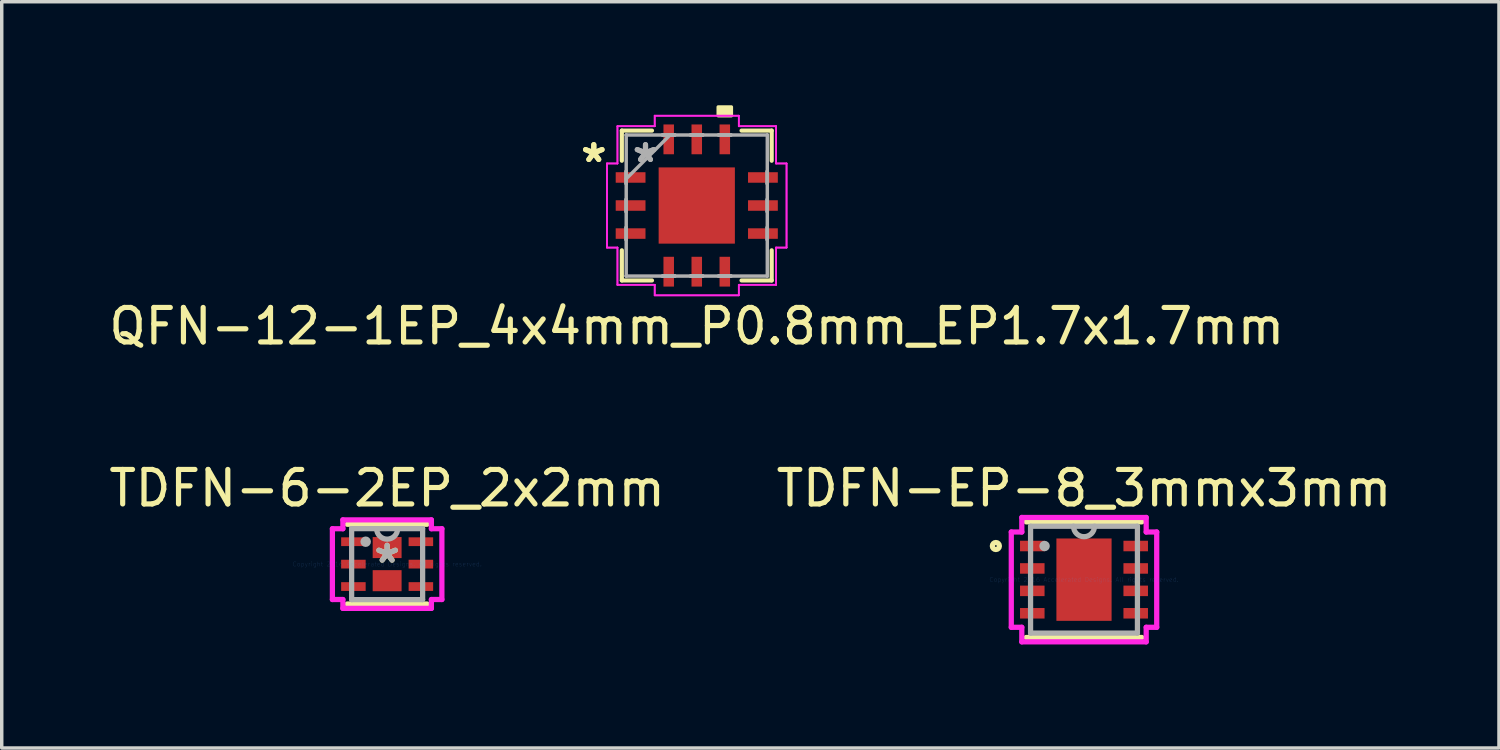
<source format=kicad_pcb>
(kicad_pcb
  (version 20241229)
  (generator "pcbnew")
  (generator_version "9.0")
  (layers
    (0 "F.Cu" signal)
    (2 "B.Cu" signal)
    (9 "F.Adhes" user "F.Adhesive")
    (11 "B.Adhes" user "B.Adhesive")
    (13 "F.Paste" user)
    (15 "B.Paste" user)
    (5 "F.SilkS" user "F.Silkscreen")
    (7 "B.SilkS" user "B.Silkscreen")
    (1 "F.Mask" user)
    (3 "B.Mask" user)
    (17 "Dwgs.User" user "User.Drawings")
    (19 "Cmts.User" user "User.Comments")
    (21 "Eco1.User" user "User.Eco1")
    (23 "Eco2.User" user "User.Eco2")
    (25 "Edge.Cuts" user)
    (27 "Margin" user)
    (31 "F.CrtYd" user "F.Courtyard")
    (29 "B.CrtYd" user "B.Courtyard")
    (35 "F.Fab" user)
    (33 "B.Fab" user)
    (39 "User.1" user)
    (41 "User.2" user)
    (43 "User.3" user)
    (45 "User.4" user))
  (footprint "QFN-12-1EP_4x4mm_P0.8mm_EP1.7x1.7mm"
    (layer "F.Cu")
    (at 17.149 2.908)
    (property "Reference" "QFN-12-1EP_4x4mm_P0.8mm_EP1.7x1.7mm" (at 0 3.5 0) (layer "F.SilkS") (effects (font (size 1 1) (thickness 0.15))))
    (attr through_hole)
    (fp_line (start -2.172 -2.172) (end -2.172 -1.298) (stroke (width 0.12) (type solid)) (layer "F.SilkS"))
    (fp_line (start -2.172 1.298) (end -2.172 2.172) (stroke (width 0.12) (type solid)) (layer "F.SilkS"))
    (fp_line (start -2.172 2.172) (end -1.298 2.172) (stroke (width 0.12) (type solid)) (layer "F.SilkS"))
    (fp_line (start -1.298 -2.172) (end -2.172 -2.172) (stroke (width 0.12) (type solid)) (layer "F.SilkS"))
    (fp_line (start 1.298 2.172) (end 2.172 2.172) (stroke (width 0.12) (type solid)) (layer "F.SilkS"))
    (fp_line (start 2.172 -2.172) (end 1.298 -2.172) (stroke (width 0.12) (type solid)) (layer "F.SilkS"))
    (fp_line (start 2.172 -1.298) (end 2.172 -2.172) (stroke (width 0.12) (type solid)) (layer "F.SilkS"))
    (fp_line (start 2.172 2.172) (end 2.172 1.298) (stroke (width 0.12) (type solid)) (layer "F.SilkS"))
    (fp_poly (pts (xy 0.622 -2.603) (xy 0.622 -2.857) (xy 1.003 -2.857) (xy 1.003 -2.603)) (stroke (width 0.1) (type solid)) (fill yes) (layer "F.SilkS"))
    (fp_line (start -2.603 -1.219) (end -2.299 -1.219) (stroke (width 0.05) (type solid)) (layer "F.CrtYd"))
    (fp_line (start -2.603 -1.219) (end -2.299 -1.219) (stroke (width 0.05) (type solid)) (layer "F.CrtYd"))
    (fp_line (start -2.603 1.219) (end -2.603 -1.219) (stroke (width 0.05) (type solid)) (layer "F.CrtYd"))
    (fp_line (start -2.603 1.219) (end -2.603 -1.219) (stroke (width 0.05) (type solid)) (layer "F.CrtYd"))
    (fp_line (start -2.299 -2.299) (end -1.219 -2.299) (stroke (width 0.05) (type solid)) (layer "F.CrtYd"))
    (fp_line (start -2.299 -2.299) (end -1.219 -2.299) (stroke (width 0.05) (type solid)) (layer "F.CrtYd"))
    (fp_line (start -2.299 -1.219) (end -2.299 -2.299) (stroke (width 0.05) (type solid)) (layer "F.CrtYd"))
    (fp_line (start -2.299 -1.219) (end -2.299 -2.299) (stroke (width 0.05) (type solid)) (layer "F.CrtYd"))
    (fp_line (start -2.299 1.219) (end -2.603 1.219) (stroke (width 0.05) (type solid)) (layer "F.CrtYd"))
    (fp_line (start -2.299 1.219) (end -2.603 1.219) (stroke (width 0.05) (type solid)) (layer "F.CrtYd"))
    (fp_line (start -2.299 2.299) (end -2.299 1.219) (stroke (width 0.05) (type solid)) (layer "F.CrtYd"))
    (fp_line (start -2.299 2.299) (end -2.299 1.219) (stroke (width 0.05) (type solid)) (layer "F.CrtYd"))
    (fp_line (start -1.219 -2.603) (end 1.219 -2.603) (stroke (width 0.05) (type solid)) (layer "F.CrtYd"))
    (fp_line (start -1.219 -2.603) (end 1.219 -2.603) (stroke (width 0.05) (type solid)) (layer "F.CrtYd"))
    (fp_line (start -1.219 -2.299) (end -1.219 -2.603) (stroke (width 0.05) (type solid)) (layer "F.CrtYd"))
    (fp_line (start -1.219 -2.299) (end -1.219 -2.603) (stroke (width 0.05) (type solid)) (layer "F.CrtYd"))
    (fp_line (start -1.219 2.299) (end -2.299 2.299) (stroke (width 0.05) (type solid)) (layer "F.CrtYd"))
    (fp_line (start -1.219 2.299) (end -2.299 2.299) (stroke (width 0.05) (type solid)) (layer "F.CrtYd"))
    (fp_line (start -1.219 2.603) (end -1.219 2.299) (stroke (width 0.05) (type solid)) (layer "F.CrtYd"))
    (fp_line (start -1.219 2.603) (end -1.219 2.299) (stroke (width 0.05) (type solid)) (layer "F.CrtYd"))
    (fp_line (start 1.219 -2.603) (end 1.219 -2.299) (stroke (width 0.05) (type solid)) (layer "F.CrtYd"))
    (fp_line (start 1.219 -2.603) (end 1.219 -2.299) (stroke (width 0.05) (type solid)) (layer "F.CrtYd"))
    (fp_line (start 1.219 -2.299) (end 2.299 -2.299) (stroke (width 0.05) (type solid)) (layer "F.CrtYd"))
    (fp_line (start 1.219 -2.299) (end 2.299 -2.299) (stroke (width 0.05) (type solid)) (layer "F.CrtYd"))
    (fp_line (start 1.219 2.299) (end 1.219 2.603) (stroke (width 0.05) (type solid)) (layer "F.CrtYd"))
    (fp_line (start 1.219 2.299) (end 1.219 2.603) (stroke (width 0.05) (type solid)) (layer "F.CrtYd"))
    (fp_line (start 1.219 2.603) (end -1.219 2.603) (stroke (width 0.05) (type solid)) (layer "F.CrtYd"))
    (fp_line (start 1.219 2.603) (end -1.219 2.603) (stroke (width 0.05) (type solid)) (layer "F.CrtYd"))
    (fp_line (start 2.299 -2.299) (end 2.299 -1.219) (stroke (width 0.05) (type solid)) (layer "F.CrtYd"))
    (fp_line (start 2.299 -2.299) (end 2.299 -1.219) (stroke (width 0.05) (type solid)) (layer "F.CrtYd"))
    (fp_line (start 2.299 -1.219) (end 2.603 -1.219) (stroke (width 0.05) (type solid)) (layer "F.CrtYd"))
    (fp_line (start 2.299 -1.219) (end 2.603 -1.219) (stroke (width 0.05) (type solid)) (layer "F.CrtYd"))
    (fp_line (start 2.299 1.219) (end 2.299 2.299) (stroke (width 0.05) (type solid)) (layer "F.CrtYd"))
    (fp_line (start 2.299 1.219) (end 2.299 2.299) (stroke (width 0.05) (type solid)) (layer "F.CrtYd"))
    (fp_line (start 2.299 2.299) (end 1.219 2.299) (stroke (width 0.05) (type solid)) (layer "F.CrtYd"))
    (fp_line (start 2.299 2.299) (end 1.219 2.299) (stroke (width 0.05) (type solid)) (layer "F.CrtYd"))
    (fp_line (start 2.603 -1.219) (end 2.603 1.219) (stroke (width 0.05) (type solid)) (layer "F.CrtYd"))
    (fp_line (start 2.603 -1.219) (end 2.603 1.219) (stroke (width 0.05) (type solid)) (layer "F.CrtYd"))
    (fp_line (start 2.603 1.219) (end 2.299 1.219) (stroke (width 0.05) (type solid)) (layer "F.CrtYd"))
    (fp_line (start 2.603 1.219) (end 2.299 1.219) (stroke (width 0.05) (type solid)) (layer "F.CrtYd"))
    (fp_line (start -2.045 -2.045) (end -2.045 -2.045) (stroke (width 0.1) (type solid)) (layer "F.Fab"))
    (fp_line (start -2.045 -2.045) (end -2.045 2.045) (stroke (width 0.1) (type solid)) (layer "F.Fab"))
    (fp_line (start -2.045 -0.991) (end -2.045 -0.991) (stroke (width 0.1) (type solid)) (layer "F.Fab"))
    (fp_line (start -2.045 -0.991) (end -2.045 -0.635) (stroke (width 0.1) (type solid)) (layer "F.Fab"))
    (fp_line (start -2.045 -0.775) (end -0.775 -2.045) (stroke (width 0.1) (type solid)) (layer "F.Fab"))
    (fp_line (start -2.045 -0.635) (end -2.045 -0.991) (stroke (width 0.1) (type solid)) (layer "F.Fab"))
    (fp_line (start -2.045 -0.635) (end -2.045 -0.635) (stroke (width 0.1) (type solid)) (layer "F.Fab"))
    (fp_line (start -2.045 -0.178) (end -2.045 -0.178) (stroke (width 0.1) (type solid)) (layer "F.Fab"))
    (fp_line (start -2.045 -0.178) (end -2.045 0.178) (stroke (width 0.1) (type solid)) (layer "F.Fab"))
    (fp_line (start -2.045 0.178) (end -2.045 -0.178) (stroke (width 0.1) (type solid)) (layer "F.Fab"))
    (fp_line (start -2.045 0.178) (end -2.045 0.178) (stroke (width 0.1) (type solid)) (layer "F.Fab"))
    (fp_line (start -2.045 0.635) (end -2.045 0.635) (stroke (width 0.1) (type solid)) (layer "F.Fab"))
    (fp_line (start -2.045 0.635) (end -2.045 0.991) (stroke (width 0.1) (type solid)) (layer "F.Fab"))
    (fp_line (start -2.045 0.991) (end -2.045 0.635) (stroke (width 0.1) (type solid)) (layer "F.Fab"))
    (fp_line (start -2.045 0.991) (end -2.045 0.991) (stroke (width 0.1) (type solid)) (layer "F.Fab"))
    (fp_line (start -2.045 2.045) (end -2.045 2.045) (stroke (width 0.1) (type solid)) (layer "F.Fab"))
    (fp_line (start -2.045 2.045) (end 2.045 2.045) (stroke (width 0.1) (type solid)) (layer "F.Fab"))
    (fp_line (start -0.991 -2.045) (end -0.991 -2.045) (stroke (width 0.1) (type solid)) (layer "F.Fab"))
    (fp_line (start -0.991 -2.045) (end -0.635 -2.045) (stroke (width 0.1) (type solid)) (layer "F.Fab"))
    (fp_line (start -0.991 2.045) (end -0.991 2.045) (stroke (width 0.1) (type solid)) (layer "F.Fab"))
    (fp_line (start -0.991 2.045) (end -0.635 2.045) (stroke (width 0.1) (type solid)) (layer "F.Fab"))
    (fp_line (start -0.635 -2.045) (end -0.991 -2.045) (stroke (width 0.1) (type solid)) (layer "F.Fab"))
    (fp_line (start -0.635 -2.045) (end -0.635 -2.045) (stroke (width 0.1) (type solid)) (layer "F.Fab"))
    (fp_line (start -0.635 2.045) (end -0.991 2.045) (stroke (width 0.1) (type solid)) (layer "F.Fab"))
    (fp_line (start -0.635 2.045) (end -0.635 2.045) (stroke (width 0.1) (type solid)) (layer "F.Fab"))
    (fp_line (start -0.178 -2.045) (end -0.178 -2.045) (stroke (width 0.1) (type solid)) (layer "F.Fab"))
    (fp_line (start -0.178 -2.045) (end 0.178 -2.045) (stroke (width 0.1) (type solid)) (layer "F.Fab"))
    (fp_line (start -0.178 2.045) (end -0.178 2.045) (stroke (width 0.1) (type solid)) (layer "F.Fab"))
    (fp_line (start -0.178 2.045) (end 0.178 2.045) (stroke (width 0.1) (type solid)) (layer "F.Fab"))
    (fp_line (start 0.178 -2.045) (end -0.178 -2.045) (stroke (width 0.1) (type solid)) (layer "F.Fab"))
    (fp_line (start 0.178 -2.045) (end 0.178 -2.045) (stroke (width 0.1) (type solid)) (layer "F.Fab"))
    (fp_line (start 0.178 2.045) (end -0.178 2.045) (stroke (width 0.1) (type solid)) (layer "F.Fab"))
    (fp_line (start 0.178 2.045) (end 0.178 2.045) (stroke (width 0.1) (type solid)) (layer "F.Fab"))
    (fp_line (start 0.635 -2.045) (end 0.635 -2.045) (stroke (width 0.1) (type solid)) (layer "F.Fab"))
    (fp_line (start 0.635 -2.045) (end 0.991 -2.045) (stroke (width 0.1) (type solid)) (layer "F.Fab"))
    (fp_line (start 0.635 2.045) (end 0.635 2.045) (stroke (width 0.1) (type solid)) (layer "F.Fab"))
    (fp_line (start 0.635 2.045) (end 0.991 2.045) (stroke (width 0.1) (type solid)) (layer "F.Fab"))
    (fp_line (start 0.991 -2.045) (end 0.635 -2.045) (stroke (width 0.1) (type solid)) (layer "F.Fab"))
    (fp_line (start 0.991 -2.045) (end 0.991 -2.045) (stroke (width 0.1) (type solid)) (layer "F.Fab"))
    (fp_line (start 0.991 2.045) (end 0.635 2.045) (stroke (width 0.1) (type solid)) (layer "F.Fab"))
    (fp_line (start 0.991 2.045) (end 0.991 2.045) (stroke (width 0.1) (type solid)) (layer "F.Fab"))
    (fp_line (start 2.045 -2.045) (end -2.045 -2.045) (stroke (width 0.1) (type solid)) (layer "F.Fab"))
    (fp_line (start 2.045 -2.045) (end 2.045 -2.045) (stroke (width 0.1) (type solid)) (layer "F.Fab"))
    (fp_line (start 2.045 -0.991) (end 2.045 -0.991) (stroke (width 0.1) (type solid)) (layer "F.Fab"))
    (fp_line (start 2.045 -0.991) (end 2.045 -0.635) (stroke (width 0.1) (type solid)) (layer "F.Fab"))
    (fp_line (start 2.045 -0.635) (end 2.045 -0.991) (stroke (width 0.1) (type solid)) (layer "F.Fab"))
    (fp_line (start 2.045 -0.635) (end 2.045 -0.635) (stroke (width 0.1) (type solid)) (layer "F.Fab"))
    (fp_line (start 2.045 -0.178) (end 2.045 -0.178) (stroke (width 0.1) (type solid)) (layer "F.Fab"))
    (fp_line (start 2.045 -0.178) (end 2.045 0.178) (stroke (width 0.1) (type solid)) (layer "F.Fab"))
    (fp_line (start 2.045 0.178) (end 2.045 -0.178) (stroke (width 0.1) (type solid)) (layer "F.Fab"))
    (fp_line (start 2.045 0.178) (end 2.045 0.178) (stroke (width 0.1) (type solid)) (layer "F.Fab"))
    (fp_line (start 2.045 0.635) (end 2.045 0.635) (stroke (width 0.1) (type solid)) (layer "F.Fab"))
    (fp_line (start 2.045 0.635) (end 2.045 0.991) (stroke (width 0.1) (type solid)) (layer "F.Fab"))
    (fp_line (start 2.045 0.991) (end 2.045 0.635) (stroke (width 0.1) (type solid)) (layer "F.Fab"))
    (fp_line (start 2.045 0.991) (end 2.045 0.991) (stroke (width 0.1) (type solid)) (layer "F.Fab"))
    (fp_line (start 2.045 2.045) (end 2.045 -2.045) (stroke (width 0.1) (type solid)) (layer "F.Fab"))
    (fp_line (start 2.045 2.045) (end 2.045 2.045) (stroke (width 0.1) (type solid)) (layer "F.Fab"))
    (fp_text user "*" (at -2.985 -1.219 0) (layer "F.SilkS") (effects (font (size 1 1) (thickness 0.15))))
    (fp_text user "*" (at -2.985 -1.219 0) (layer "F.SilkS") (effects (font (size 1 1) (thickness 0.15))))
    (fp_text user " " (at 0 0 0) (layer "Cmts.User") (effects (font (size 0.127 0.127) (thickness 0.002))))
    (fp_text user "*" (at -1.486 -1.219 0) (layer "F.Fab") (effects (font (size 1 1) (thickness 0.15))))
    (fp_text user "*" (at -1.486 -1.219 0) (layer "F.Fab") (effects (font (size 1 1) (thickness 0.15))))
    (pad "1" smd rect (at -1.918 -0.813 90) (size 0.305 0.864) (layers "F.Cu" "F.Mask" "F.Paste"))
    (pad "2" smd rect (at -1.918 0 90) (size 0.305 0.864) (layers "F.Cu" "F.Mask" "F.Paste"))
    (pad "3" smd rect (at -1.918 0.813 90) (size 0.305 0.864) (layers "F.Cu" "F.Mask" "F.Paste"))
    (pad "4" smd rect (at -0.813 1.918) (size 0.305 0.864) (layers "F.Cu" "F.Mask" "F.Paste"))
    (pad "5" smd rect (at 0 1.918) (size 0.305 0.864) (layers "F.Cu" "F.Mask" "F.Paste"))
    (pad "6" smd rect (at 0.813 1.918) (size 0.305 0.864) (layers "F.Cu" "F.Mask" "F.Paste"))
    (pad "7" smd rect (at 1.918 0.813 90) (size 0.305 0.864) (layers "F.Cu" "F.Mask" "F.Paste"))
    (pad "8" smd rect (at 1.918 0 90) (size 0.305 0.864) (layers "F.Cu" "F.Mask" "F.Paste"))
    (pad "9" smd rect (at 1.918 -0.813 90) (size 0.305 0.864) (layers "F.Cu" "F.Mask" "F.Paste"))
    (pad "10" smd rect (at 0.813 -1.918) (size 0.305 0.864) (layers "F.Cu" "F.Mask" "F.Paste"))
    (pad "11" smd rect (at 0 -1.918) (size 0.305 0.864) (layers "F.Cu" "F.Mask" "F.Paste"))
    (pad "12" smd rect (at -0.813 -1.918) (size 0.305 0.864) (layers "F.Cu" "F.Mask" "F.Paste"))
    (pad "13" smd rect (at 0 0) (size 2.21 2.21) (layers "F.Cu" "F.Mask" "F.Paste")))
  (footprint "TDFN-6-2EP_2x2mm"
    (layer "F.Cu")
    (at 8.173 13.304)
    (property "Reference" "TDFN-6-2EP_2x2mm" (at 0 -2.2 0) (layer "F.SilkS") (effects (font (size 1 1) (thickness 0.15))))
    (attr through_hole)
    (fp_line (start -1.156 1.156) (end 1.156 1.156) (stroke (width 0.152) (type solid)) (layer "F.SilkS"))
    (fp_line (start 1.156 -1.156) (end -1.156 -1.156) (stroke (width 0.152) (type solid)) (layer "F.SilkS"))
    (fp_line (start -1.587 -1.026) (end -1.283 -1.026) (stroke (width 0.152) (type solid)) (layer "F.CrtYd"))
    (fp_line (start -1.587 1.026) (end -1.587 -1.026) (stroke (width 0.152) (type solid)) (layer "F.CrtYd"))
    (fp_line (start -1.283 -1.283) (end 1.283 -1.283) (stroke (width 0.152) (type solid)) (layer "F.CrtYd"))
    (fp_line (start -1.283 -1.026) (end -1.283 -1.283) (stroke (width 0.152) (type solid)) (layer "F.CrtYd"))
    (fp_line (start -1.283 1.026) (end -1.587 1.026) (stroke (width 0.152) (type solid)) (layer "F.CrtYd"))
    (fp_line (start -1.283 1.283) (end -1.283 1.026) (stroke (width 0.152) (type solid)) (layer "F.CrtYd"))
    (fp_line (start 1.283 -1.283) (end 1.283 -1.026) (stroke (width 0.152) (type solid)) (layer "F.CrtYd"))
    (fp_line (start 1.283 -1.026) (end 1.587 -1.026) (stroke (width 0.152) (type solid)) (layer "F.CrtYd"))
    (fp_line (start 1.283 1.026) (end 1.283 1.283) (stroke (width 0.152) (type solid)) (layer "F.CrtYd"))
    (fp_line (start 1.283 1.283) (end -1.283 1.283) (stroke (width 0.152) (type solid)) (layer "F.CrtYd"))
    (fp_line (start 1.587 -1.026) (end 1.587 1.026) (stroke (width 0.152) (type solid)) (layer "F.CrtYd"))
    (fp_line (start 1.587 1.026) (end 1.283 1.026) (stroke (width 0.152) (type solid)) (layer "F.CrtYd"))
    (fp_line (start -1.029 -1.029) (end -1.029 1.029) (stroke (width 0.152) (type solid)) (layer "F.Fab"))
    (fp_line (start -1.029 1.029) (end 1.029 1.029) (stroke (width 0.152) (type solid)) (layer "F.Fab"))
    (fp_line (start 1.029 -1.029) (end -1.029 -1.029) (stroke (width 0.152) (type solid)) (layer "F.Fab"))
    (fp_line (start 1.029 1.029) (end 1.029 -1.029) (stroke (width 0.152) (type solid)) (layer "F.Fab"))
    (fp_arc (start 0.3048 -1.0287) (mid 0 -0.7239) (end -0.3048 -1.0287) (stroke (width 0.1524) (type solid)) (layer "F.Fab"))
    (fp_circle (center -0.622 -0.65) (end -0.622 -0.65) (stroke (width 0.152) (type solid)) (fill no) (layer "F.Fab"))
    (fp_text user "*" (at 0 0 0) (layer "F.SilkS") (effects (font (size 1 1) (thickness 0.15))))
    (fp_text user "Copyright 2016 Accelerated Designs. All rights reserved." (at 0 0 0) (layer "Cmts.User") (effects (font (size 0.127 0.127) (thickness 0.002))))
    (fp_text user "*" (at 0 0 0) (layer "F.Fab") (effects (font (size 1 1) (thickness 0.15))))
    (pad "1" smd rect (at -0.978 -0.65) (size 0.711 0.254) (layers "F.Cu" "F.Mask" "F.Paste"))
    (pad "2" smd rect (at -0.978 0) (size 0.711 0.254) (layers "F.Cu" "F.Mask" "F.Paste"))
    (pad "3" smd rect (at -0.978 0.65) (size 0.711 0.254) (layers "F.Cu" "F.Mask" "F.Paste"))
    (pad "4" smd rect (at 0.978 0.65) (size 0.711 0.254) (layers "F.Cu" "F.Mask" "F.Paste"))
    (pad "5" smd rect (at 0.978 0) (size 0.711 0.254) (layers "F.Cu" "F.Mask" "F.Paste"))
    (pad "6" smd rect (at 0.978 -0.65) (size 0.711 0.254) (layers "F.Cu" "F.Mask" "F.Paste"))
    (pad "7" smd rect (at 0 -0.48) (size 0.838 0.61) (layers "F.Cu" "F.Mask" "F.Paste"))
    (pad "8" smd rect (at 0 0.48) (size 0.838 0.61) (layers "F.Cu" "F.Mask" "F.Paste")))
  (footprint "TDFN-EP-8_3mmx3mm"
    (layer "F.Cu")
    (at 28.375 13.754)
    (property "Reference" "TDFN-EP-8_3mmx3mm" (at 0 -2.65 0) (layer "F.SilkS") (effects (font (size 1 1) (thickness 0.15))))
    (attr through_hole)
    (fp_line (start -1.676 1.676) (end 1.676 1.676) (stroke (width 0.152) (type solid)) (layer "F.SilkS"))
    (fp_line (start 1.676 -1.676) (end -1.676 -1.676) (stroke (width 0.152) (type solid)) (layer "F.SilkS"))
    (fp_circle (center -2.555 -0.975) (end -2.453 -0.975) (stroke (width 0.152) (type solid)) (fill no) (layer "F.SilkS"))
    (fp_line (start -2.108 -1.381) (end -1.803 -1.381) (stroke (width 0.152) (type solid)) (layer "F.CrtYd"))
    (fp_line (start -2.108 1.381) (end -2.108 -1.381) (stroke (width 0.152) (type solid)) (layer "F.CrtYd"))
    (fp_line (start -1.803 -1.803) (end 1.803 -1.803) (stroke (width 0.152) (type solid)) (layer "F.CrtYd"))
    (fp_line (start -1.803 -1.381) (end -1.803 -1.803) (stroke (width 0.152) (type solid)) (layer "F.CrtYd"))
    (fp_line (start -1.803 1.381) (end -2.108 1.381) (stroke (width 0.152) (type solid)) (layer "F.CrtYd"))
    (fp_line (start -1.803 1.803) (end -1.803 1.381) (stroke (width 0.152) (type solid)) (layer "F.CrtYd"))
    (fp_line (start 1.803 -1.803) (end 1.803 -1.381) (stroke (width 0.152) (type solid)) (layer "F.CrtYd"))
    (fp_line (start 1.803 -1.381) (end 2.108 -1.381) (stroke (width 0.152) (type solid)) (layer "F.CrtYd"))
    (fp_line (start 1.803 1.381) (end 1.803 1.803) (stroke (width 0.152) (type solid)) (layer "F.CrtYd"))
    (fp_line (start 1.803 1.803) (end -1.803 1.803) (stroke (width 0.152) (type solid)) (layer "F.CrtYd"))
    (fp_line (start 2.108 -1.381) (end 2.108 1.381) (stroke (width 0.152) (type solid)) (layer "F.CrtYd"))
    (fp_line (start 2.108 1.381) (end 1.803 1.381) (stroke (width 0.152) (type solid)) (layer "F.CrtYd"))
    (fp_line (start -1.549 -1.549) (end -1.549 1.549) (stroke (width 0.152) (type solid)) (layer "F.Fab"))
    (fp_line (start -1.549 1.549) (end 1.549 1.549) (stroke (width 0.152) (type solid)) (layer "F.Fab"))
    (fp_line (start 1.549 -1.549) (end -1.549 -1.549) (stroke (width 0.152) (type solid)) (layer "F.Fab"))
    (fp_line (start 1.549 1.549) (end 1.549 -1.549) (stroke (width 0.152) (type solid)) (layer "F.Fab"))
    (fp_arc (start 0.3048 -1.5494) (mid 0 -1.2446) (end -0.3048 -1.5494) (stroke (width 0.1524) (type solid)) (layer "F.Fab"))
    (fp_circle (center -1.143 -0.975) (end -1.067 -0.975) (stroke (width 0.152) (type solid)) (fill no) (layer "F.Fab"))
    (fp_text user "Copyright 2016 Accelerated Designs. All rights reserved." (at 0 0 0) (layer "Cmts.User") (effects (font (size 0.127 0.127) (thickness 0.002))))
    (pad "1" smd rect (at -1.499 -0.975) (size 0.711 0.305) (layers "F.Cu" "F.Mask" "F.Paste"))
    (pad "2" smd rect (at -1.499 -0.325) (size 0.711 0.305) (layers "F.Cu" "F.Mask" "F.Paste"))
    (pad "3" smd rect (at -1.499 0.325) (size 0.711 0.305) (layers "F.Cu" "F.Mask" "F.Paste"))
    (pad "4" smd rect (at -1.499 0.975) (size 0.711 0.305) (layers "F.Cu" "F.Mask" "F.Paste"))
    (pad "5" smd rect (at 1.499 0.975) (size 0.711 0.305) (layers "F.Cu" "F.Mask" "F.Paste"))
    (pad "6" smd rect (at 1.499 0.325) (size 0.711 0.305) (layers "F.Cu" "F.Mask" "F.Paste"))
    (pad "7" smd rect (at 1.499 -0.325) (size 0.711 0.305) (layers "F.Cu" "F.Mask" "F.Paste"))
    (pad "8" smd rect (at 1.499 -0.975) (size 0.711 0.305) (layers "F.Cu" "F.Mask" "F.Paste"))
    (pad "9" smd rect (at 0 0) (size 1.6 2.388) (layers "F.Cu" "F.Mask" "F.Paste")))
  (gr_rect
    (start -3 -3)
    (end 40.405 18.634)
    (stroke (width 0.1) (type default))
    (fill no)
    (layer "Edge.Cuts")))
</source>
